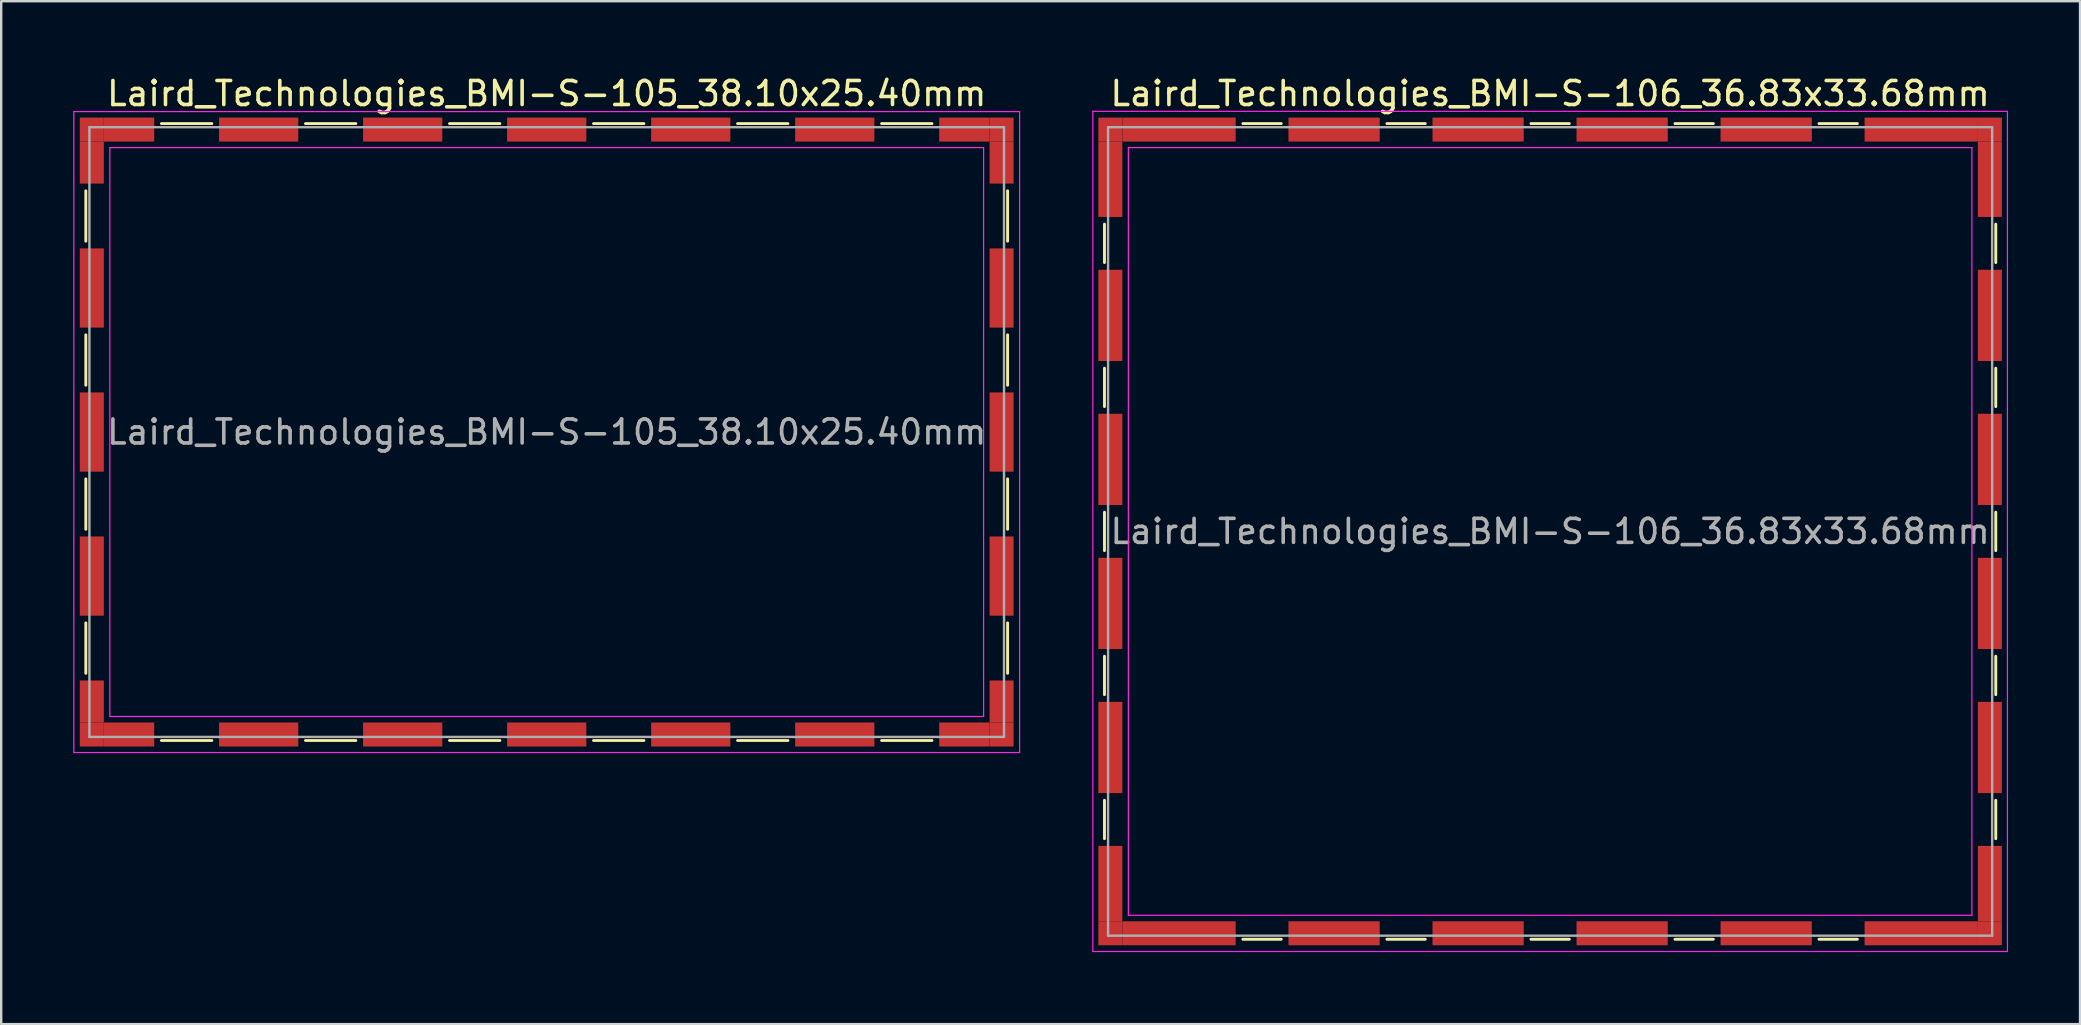
<source format=kicad_pcb>
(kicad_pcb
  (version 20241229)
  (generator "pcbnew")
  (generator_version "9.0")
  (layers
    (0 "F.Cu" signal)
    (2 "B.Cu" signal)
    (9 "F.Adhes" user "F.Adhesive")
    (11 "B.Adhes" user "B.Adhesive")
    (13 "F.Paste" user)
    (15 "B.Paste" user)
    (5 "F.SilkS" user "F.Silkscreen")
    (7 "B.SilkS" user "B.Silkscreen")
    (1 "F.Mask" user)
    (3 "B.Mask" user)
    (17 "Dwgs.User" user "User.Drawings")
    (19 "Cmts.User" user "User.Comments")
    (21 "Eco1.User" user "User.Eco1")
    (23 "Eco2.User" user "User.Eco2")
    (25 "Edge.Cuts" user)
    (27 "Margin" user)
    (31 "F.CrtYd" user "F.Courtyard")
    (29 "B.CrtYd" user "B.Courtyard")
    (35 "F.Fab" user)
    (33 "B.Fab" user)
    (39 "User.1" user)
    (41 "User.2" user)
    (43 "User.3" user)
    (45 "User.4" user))
  (footprint "Laird_Technologies_BMI-S-105_38.10x25.40mm"
    (layer "F.Cu")
    (at 19.725 14.948)
    (property "Reference" "Laird_Technologies_BMI-S-105_38.10x25.40mm" (at 0 -14.1 0) (layer "F.SilkS") (effects (font (size 1 1) (thickness 0.15))))
    (attr smd)
    (fp_line (start -19.2 -10.05) (end -19.2 -7.95) (stroke (width 0.12) (type solid)) (layer "F.SilkS"))
    (fp_line (start -19.2 -4.05) (end -19.2 -1.95) (stroke (width 0.12) (type solid)) (layer "F.SilkS"))
    (fp_line (start -19.2 1.95) (end -19.2 4.05) (stroke (width 0.12) (type solid)) (layer "F.SilkS"))
    (fp_line (start -19.2 7.95) (end -19.2 10.05) (stroke (width 0.12) (type solid)) (layer "F.SilkS"))
    (fp_line (start -16.05 -12.85) (end -13.95 -12.85) (stroke (width 0.12) (type solid)) (layer "F.SilkS"))
    (fp_line (start -16.05 12.85) (end -13.95 12.85) (stroke (width 0.12) (type solid)) (layer "F.SilkS"))
    (fp_line (start -10.05 -12.85) (end -7.95 -12.85) (stroke (width 0.12) (type solid)) (layer "F.SilkS"))
    (fp_line (start -10.05 12.85) (end -7.95 12.85) (stroke (width 0.12) (type solid)) (layer "F.SilkS"))
    (fp_line (start -4.05 -12.85) (end -1.95 -12.85) (stroke (width 0.12) (type solid)) (layer "F.SilkS"))
    (fp_line (start -4.05 12.85) (end -1.95 12.85) (stroke (width 0.12) (type solid)) (layer "F.SilkS"))
    (fp_line (start 1.95 -12.85) (end 4.05 -12.85) (stroke (width 0.12) (type solid)) (layer "F.SilkS"))
    (fp_line (start 1.95 12.85) (end 4.05 12.85) (stroke (width 0.12) (type solid)) (layer "F.SilkS"))
    (fp_line (start 7.95 -12.85) (end 10.05 -12.85) (stroke (width 0.12) (type solid)) (layer "F.SilkS"))
    (fp_line (start 7.95 12.85) (end 10.05 12.85) (stroke (width 0.12) (type solid)) (layer "F.SilkS"))
    (fp_line (start 13.95 -12.85) (end 16.05 -12.85) (stroke (width 0.12) (type solid)) (layer "F.SilkS"))
    (fp_line (start 13.95 12.85) (end 16.05 12.85) (stroke (width 0.12) (type solid)) (layer "F.SilkS"))
    (fp_line (start 19.2 -10.05) (end 19.2 -7.95) (stroke (width 0.12) (type solid)) (layer "F.SilkS"))
    (fp_line (start 19.2 -4.05) (end 19.2 -1.95) (stroke (width 0.12) (type solid)) (layer "F.SilkS"))
    (fp_line (start 19.2 1.95) (end 19.2 4.05) (stroke (width 0.12) (type solid)) (layer "F.SilkS"))
    (fp_line (start 19.2 7.95) (end 19.2 10.05) (stroke (width 0.12) (type solid)) (layer "F.SilkS"))
    (fp_line (start -19.7 -13.35) (end -19.7 13.35) (stroke (width 0.05) (type solid)) (layer "F.CrtYd"))
    (fp_line (start -19.7 13.35) (end 19.7 13.35) (stroke (width 0.05) (type solid)) (layer "F.CrtYd"))
    (fp_line (start -18.2 -11.85) (end -18.2 11.85) (stroke (width 0.05) (type solid)) (layer "F.CrtYd"))
    (fp_line (start 18.2 -11.85) (end -18.2 -11.85) (stroke (width 0.05) (type solid)) (layer "F.CrtYd"))
    (fp_line (start 18.2 -11.85) (end 18.2 11.85) (stroke (width 0.05) (type solid)) (layer "F.CrtYd"))
    (fp_line (start 18.2 11.85) (end -18.2 11.85) (stroke (width 0.05) (type solid)) (layer "F.CrtYd"))
    (fp_line (start 19.7 -13.35) (end -19.7 -13.35) (stroke (width 0.05) (type solid)) (layer "F.CrtYd"))
    (fp_line (start 19.7 13.35) (end 19.7 -13.35) (stroke (width 0.05) (type solid)) (layer "F.CrtYd"))
    (fp_line (start -19.05 -12.7) (end -19.05 12.7) (stroke (width 0.1) (type solid)) (layer "F.Fab"))
    (fp_line (start -19.05 12.7) (end 19.05 12.7) (stroke (width 0.1) (type solid)) (layer "F.Fab"))
    (fp_line (start 19.05 -12.7) (end -19.05 -12.7) (stroke (width 0.1) (type solid)) (layer "F.Fab"))
    (fp_line (start 19.05 12.7) (end 19.05 -12.7) (stroke (width 0.1) (type solid)) (layer "F.Fab"))
    (fp_text user "${REFERENCE}" (at 0 0 0) (layer "F.Fab") (effects (font (size 1 1) (thickness 0.15))))
    (pad "1" smd rect (at -18.95 -12.6) (size 1 1) (layers "F.Cu" "F.Mask" "F.Paste"))
    (pad "1" smd rect (at -18.95 -11.225) (size 1 1.75) (layers "F.Cu" "F.Mask" "F.Paste"))
    (pad "1" smd rect (at -18.95 -6) (size 1 3.3) (layers "F.Cu" "F.Mask" "F.Paste"))
    (pad "1" smd rect (at -18.95 0) (size 1 3.3) (layers "F.Cu" "F.Mask" "F.Paste"))
    (pad "1" smd rect (at -18.95 6) (size 1 3.3) (layers "F.Cu" "F.Mask" "F.Paste"))
    (pad "1" smd rect (at -18.95 11.225) (size 1 1.75) (layers "F.Cu" "F.Mask" "F.Paste"))
    (pad "1" smd rect (at -18.95 12.6) (size 1 1) (layers "F.Cu" "F.Mask" "F.Paste"))
    (pad "1" smd rect (at -17.4 -12.6) (size 2.1 1) (layers "F.Cu" "F.Mask" "F.Paste"))
    (pad "1" smd rect (at -17.4 12.6) (size 2.1 1) (layers "F.Cu" "F.Mask" "F.Paste"))
    (pad "1" smd rect (at -12 -12.6) (size 3.3 1) (layers "F.Cu" "F.Mask" "F.Paste"))
    (pad "1" smd rect (at -12 12.6) (size 3.3 1) (layers "F.Cu" "F.Mask" "F.Paste"))
    (pad "1" smd rect (at -6 -12.6) (size 3.3 1) (layers "F.Cu" "F.Mask" "F.Paste"))
    (pad "1" smd rect (at -6 12.6) (size 3.3 1) (layers "F.Cu" "F.Mask" "F.Paste"))
    (pad "1" smd rect (at 0 -12.6) (size 3.3 1) (layers "F.Cu" "F.Mask" "F.Paste"))
    (pad "1" smd rect (at 0 12.6) (size 3.3 1) (layers "F.Cu" "F.Mask" "F.Paste"))
    (pad "1" smd rect (at 6 -12.6) (size 3.3 1) (layers "F.Cu" "F.Mask" "F.Paste"))
    (pad "1" smd rect (at 6 12.6) (size 3.3 1) (layers "F.Cu" "F.Mask" "F.Paste"))
    (pad "1" smd rect (at 12 -12.6) (size 3.3 1) (layers "F.Cu" "F.Mask" "F.Paste"))
    (pad "1" smd rect (at 12 12.6) (size 3.3 1) (layers "F.Cu" "F.Mask" "F.Paste"))
    (pad "1" smd rect (at 17.4 -12.6) (size 2.1 1) (layers "F.Cu" "F.Mask" "F.Paste"))
    (pad "1" smd rect (at 17.4 12.6) (size 2.1 1) (layers "F.Cu" "F.Mask" "F.Paste"))
    (pad "1" smd rect (at 18.95 -12.6) (size 1 1) (layers "F.Cu" "F.Mask" "F.Paste"))
    (pad "1" smd rect (at 18.95 -11.225) (size 1 1.75) (layers "F.Cu" "F.Mask" "F.Paste"))
    (pad "1" smd rect (at 18.95 -6) (size 1 3.3) (layers "F.Cu" "F.Mask" "F.Paste"))
    (pad "1" smd rect (at 18.95 0) (size 1 3.3) (layers "F.Cu" "F.Mask" "F.Paste"))
    (pad "1" smd rect (at 18.95 6) (size 1 3.3) (layers "F.Cu" "F.Mask" "F.Paste"))
    (pad "1" smd rect (at 18.95 11.225) (size 1 1.75) (layers "F.Cu" "F.Mask" "F.Paste"))
    (pad "1" smd rect (at 18.95 12.6) (size 1 1) (layers "F.Cu" "F.Mask" "F.Paste")))
  (footprint "Laird_Technologies_BMI-S-106_36.83x33.68mm"
    (layer "F.Cu")
    (at 61.525 19.088)
    (property "Reference" "Laird_Technologies_BMI-S-106_36.83x33.68mm" (at 0 -18.24 0) (layer "F.SilkS") (effects (font (size 1 1) (thickness 0.15))))
    (attr smd)
    (fp_line (start -18.565 -12.8) (end -18.565 -11.2) (stroke (width 0.12) (type solid)) (layer "F.SilkS"))
    (fp_line (start -18.565 -6.8) (end -18.565 -5.2) (stroke (width 0.12) (type solid)) (layer "F.SilkS"))
    (fp_line (start -18.565 -0.8) (end -18.565 0.8) (stroke (width 0.12) (type solid)) (layer "F.SilkS"))
    (fp_line (start -18.565 5.2) (end -18.565 6.8) (stroke (width 0.12) (type solid)) (layer "F.SilkS"))
    (fp_line (start -18.565 11.2) (end -18.565 12.8) (stroke (width 0.12) (type solid)) (layer "F.SilkS"))
    (fp_line (start -12.8 -16.99) (end -11.2 -16.99) (stroke (width 0.12) (type solid)) (layer "F.SilkS"))
    (fp_line (start -12.8 16.99) (end -11.2 16.99) (stroke (width 0.12) (type solid)) (layer "F.SilkS"))
    (fp_line (start -6.8 -16.99) (end -5.2 -16.99) (stroke (width 0.12) (type solid)) (layer "F.SilkS"))
    (fp_line (start -6.8 16.99) (end -5.2 16.99) (stroke (width 0.12) (type solid)) (layer "F.SilkS"))
    (fp_line (start -0.8 -16.99) (end 0.8 -16.99) (stroke (width 0.12) (type solid)) (layer "F.SilkS"))
    (fp_line (start -0.8 16.99) (end 0.8 16.99) (stroke (width 0.12) (type solid)) (layer "F.SilkS"))
    (fp_line (start 5.2 -16.99) (end 6.8 -16.99) (stroke (width 0.12) (type solid)) (layer "F.SilkS"))
    (fp_line (start 5.2 16.99) (end 6.8 16.99) (stroke (width 0.12) (type solid)) (layer "F.SilkS"))
    (fp_line (start 11.2 -16.99) (end 12.8 -16.99) (stroke (width 0.12) (type solid)) (layer "F.SilkS"))
    (fp_line (start 11.2 16.99) (end 12.8 16.99) (stroke (width 0.12) (type solid)) (layer "F.SilkS"))
    (fp_line (start 18.565 -12.8) (end 18.565 -11.2) (stroke (width 0.12) (type solid)) (layer "F.SilkS"))
    (fp_line (start 18.565 -6.8) (end 18.565 -5.2) (stroke (width 0.12) (type solid)) (layer "F.SilkS"))
    (fp_line (start 18.565 -0.8) (end 18.565 0.8) (stroke (width 0.12) (type solid)) (layer "F.SilkS"))
    (fp_line (start 18.565 5.2) (end 18.565 6.8) (stroke (width 0.12) (type solid)) (layer "F.SilkS"))
    (fp_line (start 18.565 11.2) (end 18.565 12.8) (stroke (width 0.12) (type solid)) (layer "F.SilkS"))
    (fp_line (start -19.05 -17.5) (end -19.05 17.5) (stroke (width 0.05) (type solid)) (layer "F.CrtYd"))
    (fp_line (start -19.05 17.5) (end 19.05 17.5) (stroke (width 0.05) (type solid)) (layer "F.CrtYd"))
    (fp_line (start -17.57 -15.99) (end -17.57 15.99) (stroke (width 0.05) (type solid)) (layer "F.CrtYd"))
    (fp_line (start 17.57 -15.99) (end -17.57 -15.99) (stroke (width 0.05) (type solid)) (layer "F.CrtYd"))
    (fp_line (start 17.57 -15.99) (end 17.57 15.99) (stroke (width 0.05) (type solid)) (layer "F.CrtYd"))
    (fp_line (start 17.57 15.99) (end -17.57 15.99) (stroke (width 0.05) (type solid)) (layer "F.CrtYd"))
    (fp_line (start 19.05 -17.5) (end -19.05 -17.5) (stroke (width 0.05) (type solid)) (layer "F.CrtYd"))
    (fp_line (start 19.05 17.5) (end 19.05 -17.5) (stroke (width 0.05) (type solid)) (layer "F.CrtYd"))
    (fp_line (start -18.415 -16.84) (end -18.415 16.84) (stroke (width 0.1) (type solid)) (layer "F.Fab"))
    (fp_line (start -18.415 16.84) (end 18.415 16.84) (stroke (width 0.1) (type solid)) (layer "F.Fab"))
    (fp_line (start 18.415 -16.84) (end -18.415 -16.84) (stroke (width 0.1) (type solid)) (layer "F.Fab"))
    (fp_line (start 18.415 16.84) (end 18.415 -16.84) (stroke (width 0.1) (type solid)) (layer "F.Fab"))
    (fp_text user "${REFERENCE}" (at 0 0 0) (layer "F.Fab") (effects (font (size 1 1) (thickness 0.15))))
    (pad "1" smd rect (at -18.32 -16.74) (size 1 1) (layers "F.Cu" "F.Mask" "F.Paste"))
    (pad "1" smd rect (at -18.32 -14.67) (size 1 3.14) (layers "F.Cu" "F.Mask" "F.Paste"))
    (pad "1" smd rect (at -18.32 -9) (size 1 3.8) (layers "F.Cu" "F.Mask" "F.Paste"))
    (pad "1" smd rect (at -18.32 -3) (size 1 3.8) (layers "F.Cu" "F.Mask" "F.Paste"))
    (pad "1" smd rect (at -18.32 3) (size 1 3.8) (layers "F.Cu" "F.Mask" "F.Paste"))
    (pad "1" smd rect (at -18.32 9) (size 1 3.8) (layers "F.Cu" "F.Mask" "F.Paste"))
    (pad "1" smd rect (at -18.32 14.67) (size 1 3.14) (layers "F.Cu" "F.Mask" "F.Paste"))
    (pad "1" smd rect (at -18.32 16.74) (size 1 1) (layers "F.Cu" "F.Mask" "F.Paste"))
    (pad "1" smd rect (at -15.46 -16.74) (size 4.72 1) (layers "F.Cu" "F.Mask" "F.Paste"))
    (pad "1" smd rect (at -15.46 16.74) (size 4.72 1) (layers "F.Cu" "F.Mask" "F.Paste"))
    (pad "1" smd rect (at -9 -16.74) (size 3.8 1) (layers "F.Cu" "F.Mask" "F.Paste"))
    (pad "1" smd rect (at -9 16.74) (size 3.8 1) (layers "F.Cu" "F.Mask" "F.Paste"))
    (pad "1" smd rect (at -3 -16.74) (size 3.8 1) (layers "F.Cu" "F.Mask" "F.Paste"))
    (pad "1" smd rect (at -3 16.74) (size 3.8 1) (layers "F.Cu" "F.Mask" "F.Paste"))
    (pad "1" smd rect (at 3 -16.74) (size 3.8 1) (layers "F.Cu" "F.Mask" "F.Paste"))
    (pad "1" smd rect (at 3 16.74) (size 3.8 1) (layers "F.Cu" "F.Mask" "F.Paste"))
    (pad "1" smd rect (at 9 -16.74) (size 3.8 1) (layers "F.Cu" "F.Mask" "F.Paste"))
    (pad "1" smd rect (at 9 16.74) (size 3.8 1) (layers "F.Cu" "F.Mask" "F.Paste"))
    (pad "1" smd rect (at 15.46 -16.74) (size 4.72 1) (layers "F.Cu" "F.Mask" "F.Paste"))
    (pad "1" smd rect (at 15.46 16.74) (size 4.72 1) (layers "F.Cu" "F.Mask" "F.Paste"))
    (pad "1" smd rect (at 18.32 -16.74) (size 1 1) (layers "F.Cu" "F.Mask" "F.Paste"))
    (pad "1" smd rect (at 18.32 -14.67) (size 1 3.14) (layers "F.Cu" "F.Mask" "F.Paste"))
    (pad "1" smd rect (at 18.32 -9) (size 1 3.8) (layers "F.Cu" "F.Mask" "F.Paste"))
    (pad "1" smd rect (at 18.32 -3) (size 1 3.8) (layers "F.Cu" "F.Mask" "F.Paste"))
    (pad "1" smd rect (at 18.32 3) (size 1 3.8) (layers "F.Cu" "F.Mask" "F.Paste"))
    (pad "1" smd rect (at 18.32 9) (size 1 3.8) (layers "F.Cu" "F.Mask" "F.Paste"))
    (pad "1" smd rect (at 18.32 14.67) (size 1 3.14) (layers "F.Cu" "F.Mask" "F.Paste"))
    (pad "1" smd rect (at 18.32 16.74) (size 1 1) (layers "F.Cu" "F.Mask" "F.Paste")))
  (gr_rect
    (start -3 -3)
    (end 83.6 39.613)
    (stroke (width 0.1) (type default))
    (fill no)
    (layer "Edge.Cuts")))
</source>
